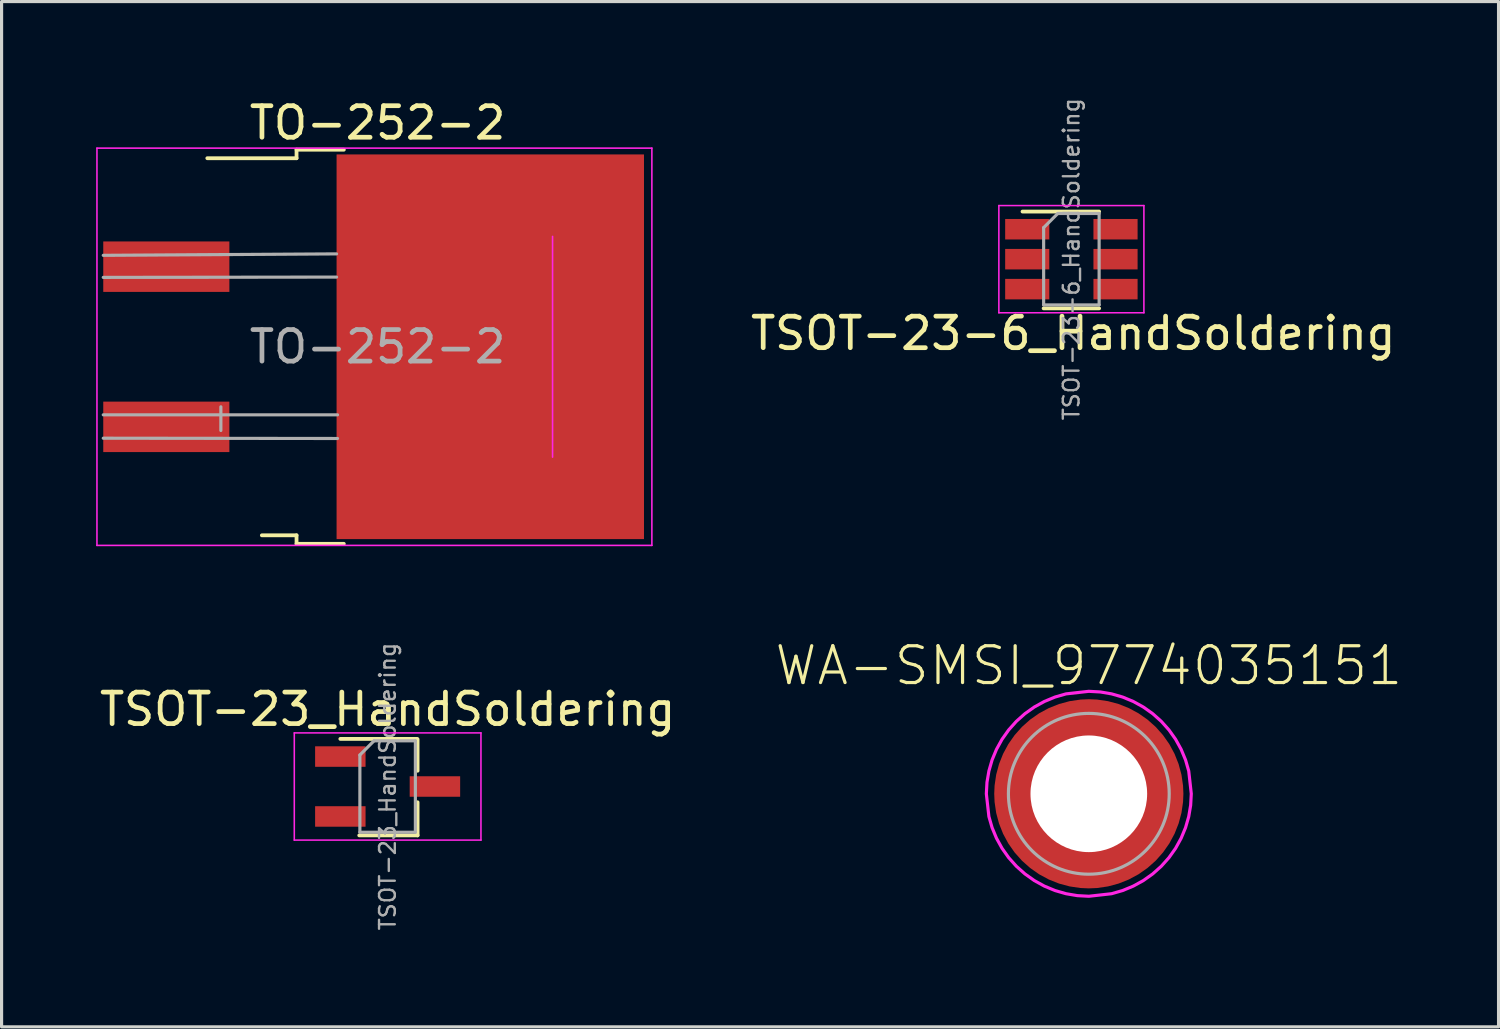
<source format=kicad_pcb>
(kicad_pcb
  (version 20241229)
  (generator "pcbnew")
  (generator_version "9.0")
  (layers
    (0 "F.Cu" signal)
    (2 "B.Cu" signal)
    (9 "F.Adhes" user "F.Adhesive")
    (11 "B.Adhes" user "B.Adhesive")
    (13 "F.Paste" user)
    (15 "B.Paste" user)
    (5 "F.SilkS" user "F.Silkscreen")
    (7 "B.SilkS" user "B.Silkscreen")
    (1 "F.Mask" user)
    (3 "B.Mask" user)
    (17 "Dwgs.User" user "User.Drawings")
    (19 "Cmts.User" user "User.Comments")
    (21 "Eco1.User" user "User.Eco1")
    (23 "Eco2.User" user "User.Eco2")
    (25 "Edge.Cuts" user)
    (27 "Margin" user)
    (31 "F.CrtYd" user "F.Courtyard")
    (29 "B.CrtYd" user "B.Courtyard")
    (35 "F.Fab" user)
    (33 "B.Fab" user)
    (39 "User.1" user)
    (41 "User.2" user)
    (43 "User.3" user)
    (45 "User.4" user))
  (footprint "TSOT-23_HandSoldering"
    (layer "F.Cu")
    (at 9.244 21.895)
    (property "Reference" "TSOT-23_HandSoldering" (at 0 -2.45 0) (layer "F.SilkS") (effects (font (size 1 1) (thickness 0.15))))
    (attr smd)
    (fp_line (start 0.93 -1.51) (end -1.5 -1.51) (stroke (width 0.12) (type solid)) (layer "F.SilkS"))
    (fp_line (start 0.95 -1.5) (end 0.95 -0.5) (stroke (width 0.12) (type solid)) (layer "F.SilkS"))
    (fp_line (start 0.95 0.5) (end 0.95 1.55) (stroke (width 0.12) (type solid)) (layer "F.SilkS"))
    (fp_line (start 0.95 1.55) (end -0.9 1.55) (stroke (width 0.12) (type solid)) (layer "F.SilkS"))
    (fp_line (start -2.96 -1.7) (end -2.96 1.7) (stroke (width 0.05) (type solid)) (layer "F.CrtYd"))
    (fp_line (start -2.96 -1.7) (end 2.96 -1.7) (stroke (width 0.05) (type solid)) (layer "F.CrtYd"))
    (fp_line (start 2.96 1.7) (end -2.96 1.7) (stroke (width 0.05) (type solid)) (layer "F.CrtYd"))
    (fp_line (start 2.96 1.7) (end 2.96 -1.7) (stroke (width 0.05) (type solid)) (layer "F.CrtYd"))
    (fp_line (start -0.88 -1) (end -0.88 1.45) (stroke (width 0.1) (type solid)) (layer "F.Fab"))
    (fp_line (start -0.88 -1) (end -0.43 -1.45) (stroke (width 0.1) (type solid)) (layer "F.Fab"))
    (fp_line (start 0.88 -1.45) (end -0.43 -1.45) (stroke (width 0.1) (type solid)) (layer "F.Fab"))
    (fp_line (start 0.88 -1.45) (end 0.88 1.45) (stroke (width 0.1) (type solid)) (layer "F.Fab"))
    (fp_line (start 0.88 1.45) (end -0.88 1.45) (stroke (width 0.1) (type solid)) (layer "F.Fab"))
    (fp_text user "${REFERENCE}" (at 0 0 90) (layer "F.Fab") (effects (font (size 0.5 0.5) (thickness 0.075))))
    (pad "1" smd rect (at -1.5 -0.95) (size 1.6 0.65) (layers "F.Cu" "F.Mask" "F.Paste"))
    (pad "2" smd rect (at -1.5 0.95) (size 1.6 0.65) (layers "F.Cu" "F.Mask" "F.Paste"))
    (pad "3" smd rect (at 1.5 0) (size 1.6 0.65) (layers "F.Cu" "F.Mask" "F.Paste")))
  (footprint "WA-SMSI_9774035151"
    (layer "F.Cu")
    (at 31.483 22.126)
    (property "Reference" "WA-SMSI_9774035151" (at 0 -3.38 0) (layer "F.SilkS") (effects (font (size 1.168 1.168) (thickness 0.102)) (justify bottom)))
    (fp_poly (pts (xy -1.865 0.335) (xy -1.86 0.369) (xy -1.845 0.434) (xy -1.815 0.549) (xy -1.79 0.623) (xy -1.755 0.713) (xy -1.735 0.763) (xy -1.691 0.858) (xy -1.651 0.933) (xy -1.581 1.047) (xy -1.536 1.112) (xy -1.501 1.157) (xy -1.441 1.232) (xy -1.391 1.287) (xy -1.351 1.331) (xy -1.312 1.366) (xy -1.232 1.441) (xy -1.177 1.486) (xy -1.132 1.521) (xy -1.077 1.561) (xy -1.022 1.596) (xy -0.957 1.636) (xy -0.888 1.676) (xy -0.808 1.715) (xy -0.728 1.75) (xy -0.643 1.785) (xy -0.569 1.81) (xy -0.494 1.83) (xy -0.414 1.85) (xy -0.34 1.865) (xy -0.32 1.865) (xy -0.32 2.911) (xy -0.351 2.905) (xy -0.421 2.895) (xy -0.511 2.88) (xy -0.591 2.865) (xy -0.666 2.85) (xy -0.766 2.825) (xy -0.851 2.8) (xy -0.942 2.77) (xy -1.012 2.745) (xy -1.092 2.715) (xy -1.177 2.68) (xy -1.252 2.645) (xy -1.372 2.584) (xy -1.442 2.544) (xy -1.513 2.504) (xy -1.583 2.459) (xy -1.623 2.434) (xy -1.688 2.389) (xy -1.738 2.354) (xy -1.783 2.319) (xy -1.848 2.269) (xy -1.913 2.214) (xy -1.953 2.179) (xy -2.018 2.119) (xy -2.079 2.059) (xy -2.129 2.008) (xy -2.169 1.963) (xy -2.209 1.918) (xy -2.264 1.853) (xy -2.304 1.803) (xy -2.349 1.743) (xy -2.399 1.673) (xy -2.444 1.608) (xy -2.494 1.528) (xy -2.529 1.473) (xy -2.574 1.387) (xy -2.614 1.317) (xy -2.655 1.232) (xy -2.685 1.162) (xy -2.73 1.057) (xy -2.765 0.957) (xy -2.79 0.882) (xy -2.815 0.801) (xy -2.845 0.681) (xy -2.865 0.596) (xy -2.88 0.516) (xy -2.895 0.431) (xy -2.905 0.35) (xy -2.905 0.32) (xy -1.865 0.32)) (stroke (width 0) (type solid)) (fill yes) (layer "F.Paste"))
    (fp_poly (pts (xy -1.287 -1.391) (xy -1.331 -1.351) (xy -1.366 -1.312) (xy -1.441 -1.232) (xy -1.486 -1.177) (xy -1.521 -1.132) (xy -1.561 -1.077) (xy -1.596 -1.022) (xy -1.636 -0.957) (xy -1.676 -0.888) (xy -1.715 -0.808) (xy -1.75 -0.728) (xy -1.785 -0.643) (xy -1.81 -0.569) (xy -1.83 -0.494) (xy -1.85 -0.414) (xy -1.865 -0.34) (xy -1.865 -0.32) (xy -2.911 -0.32) (xy -2.905 -0.351) (xy -2.895 -0.421) (xy -2.88 -0.511) (xy -2.865 -0.591) (xy -2.85 -0.666) (xy -2.825 -0.766) (xy -2.8 -0.851) (xy -2.77 -0.942) (xy -2.745 -1.012) (xy -2.715 -1.092) (xy -2.68 -1.177) (xy -2.645 -1.252) (xy -2.584 -1.372) (xy -2.544 -1.442) (xy -2.504 -1.513) (xy -2.459 -1.583) (xy -2.434 -1.623) (xy -2.389 -1.688) (xy -2.354 -1.738) (xy -2.319 -1.783) (xy -2.269 -1.848) (xy -2.214 -1.913) (xy -2.179 -1.953) (xy -2.119 -2.018) (xy -2.059 -2.079) (xy -2.008 -2.129) (xy -1.963 -2.169) (xy -1.918 -2.209) (xy -1.853 -2.264) (xy -1.803 -2.304) (xy -1.743 -2.349) (xy -1.673 -2.399) (xy -1.608 -2.444) (xy -1.528 -2.494) (xy -1.473 -2.529) (xy -1.387 -2.574) (xy -1.317 -2.614) (xy -1.232 -2.655) (xy -1.162 -2.685) (xy -1.057 -2.73) (xy -0.957 -2.765) (xy -0.882 -2.79) (xy -0.801 -2.815) (xy -0.681 -2.845) (xy -0.596 -2.865) (xy -0.516 -2.88) (xy -0.431 -2.895) (xy -0.35 -2.905) (xy -0.32 -2.905) (xy -0.32 -1.865) (xy -0.335 -1.865) (xy -0.369 -1.86) (xy -0.434 -1.845) (xy -0.549 -1.815) (xy -0.623 -1.79) (xy -0.713 -1.755) (xy -0.763 -1.735) (xy -0.858 -1.691) (xy -0.933 -1.651) (xy -1.047 -1.581) (xy -1.112 -1.536) (xy -1.157 -1.501) (xy -1.232 -1.441)) (stroke (width 0) (type solid)) (fill yes) (layer "F.Paste"))
    (fp_poly (pts (xy 0.351 -2.905) (xy 0.421 -2.895) (xy 0.511 -2.88) (xy 0.591 -2.865) (xy 0.666 -2.85) (xy 0.766 -2.825) (xy 0.851 -2.8) (xy 0.942 -2.77) (xy 1.012 -2.745) (xy 1.092 -2.715) (xy 1.177 -2.68) (xy 1.252 -2.645) (xy 1.372 -2.584) (xy 1.442 -2.544) (xy 1.513 -2.504) (xy 1.583 -2.459) (xy 1.623 -2.434) (xy 1.688 -2.389) (xy 1.738 -2.354) (xy 1.783 -2.319) (xy 1.848 -2.269) (xy 1.913 -2.214) (xy 1.953 -2.179) (xy 2.018 -2.119) (xy 2.079 -2.059) (xy 2.129 -2.008) (xy 2.169 -1.963) (xy 2.209 -1.918) (xy 2.264 -1.853) (xy 2.304 -1.803) (xy 2.349 -1.743) (xy 2.399 -1.673) (xy 2.444 -1.608) (xy 2.494 -1.528) (xy 2.529 -1.473) (xy 2.574 -1.387) (xy 2.614 -1.317) (xy 2.655 -1.232) (xy 2.685 -1.162) (xy 2.73 -1.057) (xy 2.765 -0.957) (xy 2.79 -0.882) (xy 2.815 -0.801) (xy 2.845 -0.681) (xy 2.865 -0.596) (xy 2.88 -0.516) (xy 2.895 -0.431) (xy 2.905 -0.35) (xy 2.905 -0.32) (xy 1.865 -0.32) (xy 1.865 -0.335) (xy 1.86 -0.369) (xy 1.845 -0.434) (xy 1.815 -0.549) (xy 1.79 -0.623) (xy 1.755 -0.713) (xy 1.735 -0.763) (xy 1.691 -0.858) (xy 1.651 -0.933) (xy 1.581 -1.047) (xy 1.536 -1.112) (xy 1.501 -1.157) (xy 1.441 -1.232) (xy 1.391 -1.287) (xy 1.351 -1.331) (xy 1.312 -1.366) (xy 1.232 -1.441) (xy 1.177 -1.486) (xy 1.132 -1.521) (xy 1.077 -1.561) (xy 1.022 -1.596) (xy 0.957 -1.636) (xy 0.888 -1.676) (xy 0.808 -1.715) (xy 0.728 -1.75) (xy 0.643 -1.785) (xy 0.569 -1.81) (xy 0.494 -1.83) (xy 0.414 -1.85) (xy 0.34 -1.865) (xy 0.32 -1.865) (xy 0.32 -2.911)) (stroke (width 0) (type solid)) (fill yes) (layer "F.Paste"))
    (fp_poly (pts (xy 1.387 2.574) (xy 1.317 2.614) (xy 1.232 2.655) (xy 1.162 2.685) (xy 1.057 2.73) (xy 0.957 2.765) (xy 0.882 2.79) (xy 0.801 2.815) (xy 0.681 2.845) (xy 0.596 2.865) (xy 0.516 2.88) (xy 0.431 2.895) (xy 0.35 2.905) (xy 0.32 2.905) (xy 0.32 1.865) (xy 0.335 1.865) (xy 0.369 1.86) (xy 0.434 1.845) (xy 0.549 1.815) (xy 0.623 1.79) (xy 0.713 1.755) (xy 0.763 1.735) (xy 0.858 1.691) (xy 0.933 1.651) (xy 1.047 1.581) (xy 1.112 1.536) (xy 1.157 1.501) (xy 1.232 1.441) (xy 1.287 1.391) (xy 1.331 1.351) (xy 1.366 1.312) (xy 1.441 1.232) (xy 1.486 1.177) (xy 1.521 1.132) (xy 1.561 1.077) (xy 1.596 1.022) (xy 1.636 0.957) (xy 1.676 0.888) (xy 1.715 0.808) (xy 1.75 0.728) (xy 1.785 0.643) (xy 1.81 0.569) (xy 1.83 0.494) (xy 1.85 0.414) (xy 1.865 0.34) (xy 1.865 0.32) (xy 2.911 0.32) (xy 2.905 0.351) (xy 2.895 0.421) (xy 2.88 0.511) (xy 2.865 0.591) (xy 2.85 0.666) (xy 2.825 0.766) (xy 2.8 0.851) (xy 2.77 0.942) (xy 2.745 1.012) (xy 2.715 1.092) (xy 2.68 1.177) (xy 2.645 1.252) (xy 2.584 1.372) (xy 2.544 1.442) (xy 2.504 1.513) (xy 2.459 1.583) (xy 2.434 1.623) (xy 2.389 1.688) (xy 2.354 1.738) (xy 2.319 1.783) (xy 2.269 1.848) (xy 2.214 1.913) (xy 2.179 1.953) (xy 2.119 2.018) (xy 2.059 2.079) (xy 2.008 2.129) (xy 1.963 2.169) (xy 1.918 2.209) (xy 1.853 2.264) (xy 1.803 2.304) (xy 1.743 2.349) (xy 1.673 2.399) (xy 1.608 2.444) (xy 1.528 2.494) (xy 1.473 2.529)) (stroke (width 0) (type solid)) (fill yes) (layer "F.Paste"))
    (fp_poly (pts (xy 0.364 -3.23) (xy 0.723 -3.169) (xy 1.073 -3.068) (xy 1.41 -2.928) (xy 1.729 -2.752) (xy 2.026 -2.541) (xy 2.298 -2.298) (xy 2.541 -2.026) (xy 2.752 -1.729) (xy 2.928 -1.41) (xy 3.068 -1.073) (xy 3.169 -0.722) (xy 3.25 -0.001) (xy 3.23 0.364) (xy 3.169 0.723) (xy 3.068 1.073) (xy 2.928 1.41) (xy 2.752 1.729) (xy 2.541 2.026) (xy 2.298 2.298) (xy 2.026 2.541) (xy 1.729 2.752) (xy 1.41 2.928) (xy 1.073 3.068) (xy 0.722 3.169) (xy 0.001 3.25) (xy -0.364 3.23) (xy -0.723 3.169) (xy -1.073 3.068) (xy -1.41 2.928) (xy -1.729 2.752) (xy -2.026 2.541) (xy -2.298 2.298) (xy -2.541 2.026) (xy -2.752 1.729) (xy -2.928 1.41) (xy -3.068 1.073) (xy -3.169 0.722) (xy -3.25 0.001) (xy -3.23 -0.364) (xy -3.169 -0.723) (xy -3.068 -1.073) (xy -2.928 -1.41) (xy -2.752 -1.729) (xy -2.541 -2.026) (xy -2.298 -2.298) (xy -2.026 -2.541) (xy -1.729 -2.752) (xy -1.41 -2.928) (xy -1.073 -3.068) (xy -0.722 -3.169) (xy -0.001 -3.25)) (stroke (width 0.1) (type solid)) (fill no) (layer "F.CrtYd"))
    (fp_circle (center 0 0) (end 2.55 0) (stroke (width 0.1) (type solid)) (fill no) (layer "F.Fab"))
    (pad "" np_thru_hole circle (at 0 0) (size 3.7 3.7) (drill 3.7) (layers "*.Cu" "*.Mask"))
    (pad "1" smd roundrect (at 0 0) (size 6 6) (layers "F.Cu" "F.Mask") (roundrect_rratio 0.5)))
  (footprint "TSOT-23-6_HandSoldering"
    (layer "F.Cu")
    (at 30.93 5.17)
    (property "Reference" "TSOT-23-6_HandSoldering" (at 0.059 2.352 180) (layer "F.SilkS") (effects (font (size 1 1) (thickness 0.15))))
    (attr smd)
    (fp_line (start -0.88 1.56) (end 0.88 1.56) (stroke (width 0.12) (type solid)) (layer "F.SilkS"))
    (fp_line (start 0.88 -1.51) (end -1.55 -1.51) (stroke (width 0.12) (type solid)) (layer "F.SilkS"))
    (fp_line (start -2.3 -1.7) (end -2.3 1.7) (stroke (width 0.05) (type solid)) (layer "F.CrtYd"))
    (fp_line (start -2.3 -1.7) (end 2.3 -1.7) (stroke (width 0.05) (type solid)) (layer "F.CrtYd"))
    (fp_line (start 2.3 1.7) (end -2.3 1.7) (stroke (width 0.05) (type solid)) (layer "F.CrtYd"))
    (fp_line (start 2.3 1.7) (end 2.3 -1.7) (stroke (width 0.05) (type solid)) (layer "F.CrtYd"))
    (fp_line (start -0.88 -1) (end -0.88 1.45) (stroke (width 0.1) (type solid)) (layer "F.Fab"))
    (fp_line (start -0.88 -1) (end -0.43 -1.45) (stroke (width 0.1) (type solid)) (layer "F.Fab"))
    (fp_line (start 0.88 -1.45) (end -0.43 -1.45) (stroke (width 0.1) (type solid)) (layer "F.Fab"))
    (fp_line (start 0.88 -1.45) (end 0.88 1.45) (stroke (width 0.1) (type solid)) (layer "F.Fab"))
    (fp_line (start 0.88 1.45) (end -0.88 1.45) (stroke (width 0.1) (type solid)) (layer "F.Fab"))
    (fp_text user "${REFERENCE}" (at 0 0 90) (layer "F.Fab") (effects (font (size 0.5 0.5) (thickness 0.075))))
    (pad "1" smd rect (at -1.4 -0.95) (size 1.4 0.65) (layers "F.Cu" "F.Mask" "F.Paste"))
    (pad "2" smd rect (at -1.4 0) (size 1.4 0.65) (layers "F.Cu" "F.Mask" "F.Paste"))
    (pad "3" smd rect (at -1.4 0.95) (size 1.4 0.65) (layers "F.Cu" "F.Mask" "F.Paste"))
    (pad "4" smd rect (at 1.4 0.95) (size 1.4 0.65) (layers "F.Cu" "F.Mask" "F.Paste"))
    (pad "5" smd rect (at 1.4 0) (size 1.4 0.65) (layers "F.Cu" "F.Mask" "F.Paste"))
    (pad "6" smd rect (at 1.4 -0.95) (size 1.4 0.65) (layers "F.Cu" "F.Mask" "F.Paste")))
  (footprint "TO-252-2"
    (layer "F.Cu")
    (at 8.925 7.948)
    (property "Reference" "TO-252-2" (at 0 -7.1 0) (layer "F.SilkS") (effects (font (size 1 1) (thickness 0.15))))
    (attr smd)
    (fp_line (start -2.57 -6.25) (end -2.57 -5.98) (stroke (width 0.12) (type solid)) (layer "F.SilkS"))
    (fp_line (start -2.57 -5.98) (end -5.4 -5.98) (stroke (width 0.12) (type solid)) (layer "F.SilkS"))
    (fp_line (start -2.57 5.98) (end -3.67 5.98) (stroke (width 0.12) (type solid)) (layer "F.SilkS"))
    (fp_line (start -2.57 6.25) (end -2.57 5.98) (stroke (width 0.12) (type solid)) (layer "F.SilkS"))
    (fp_line (start -1.07 -6.25) (end -2.57 -6.25) (stroke (width 0.12) (type solid)) (layer "F.SilkS"))
    (fp_line (start -1.07 6.25) (end -2.57 6.25) (stroke (width 0.12) (type solid)) (layer "F.SilkS"))
    (fp_line (start -8.9 -6.3) (end -8.9 6.3) (stroke (width 0.05) (type solid)) (layer "F.CrtYd"))
    (fp_line (start -8.9 6.3) (end 8.7 6.3) (stroke (width 0.05) (type solid)) (layer "F.CrtYd"))
    (fp_line (start 5.55 3.5) (end 5.55 -3.5) (stroke (width 0.05) (type solid)) (layer "F.CrtYd"))
    (fp_line (start 8.7 -6.3) (end -8.9 -6.3) (stroke (width 0.05) (type solid)) (layer "F.CrtYd"))
    (fp_line (start 8.7 -6.3) (end 8.7 6.3) (stroke (width 0.05) (type solid)) (layer "F.CrtYd"))
    (fp_line (start -8.7 -2.2) (end -1.3 -2.21) (stroke (width 0.1) (type solid)) (layer "F.Fab"))
    (fp_line (start -8.7 2.9) (end -1.27 2.909) (stroke (width 0.1) (type solid)) (layer "F.Fab"))
    (fp_line (start -4.97 1.905) (end -4.97 2.655) (stroke (width 0.1) (type solid)) (layer "F.Fab"))
    (fp_line (start -1.3 -2.946) (end -8.7 -2.9) (stroke (width 0.1) (type solid)) (layer "F.Fab"))
    (fp_line (start -1.27 2.159) (end -8.7 2.159) (stroke (width 0.1) (type solid)) (layer "F.Fab"))
    (fp_text user "${REFERENCE}" (at 0 0 0) (layer "F.Fab") (effects (font (size 1 1) (thickness 0.15))))
    (pad "" smd rect (at 3.575 0) (size 9.75 12.2) (layers "F.Paste"))
    (pad "GND" smd rect (at 3.575 0) (size 9.75 12.2) (layers "F.Cu" "F.Mask"))
    (pad "VI" smd rect (at -6.7 -2.54) (size 4 1.6) (layers "F.Cu" "F.Mask" "F.Paste"))
    (pad "VO" smd rect (at -6.7 2.54) (size 4 1.6) (layers "F.Cu" "F.Mask" "F.Paste")))
  (gr_rect
    (start -3 -3)
    (end 44.478 29.517)
    (stroke (width 0.1) (type default))
    (fill no)
    (layer "Edge.Cuts")))
</source>
